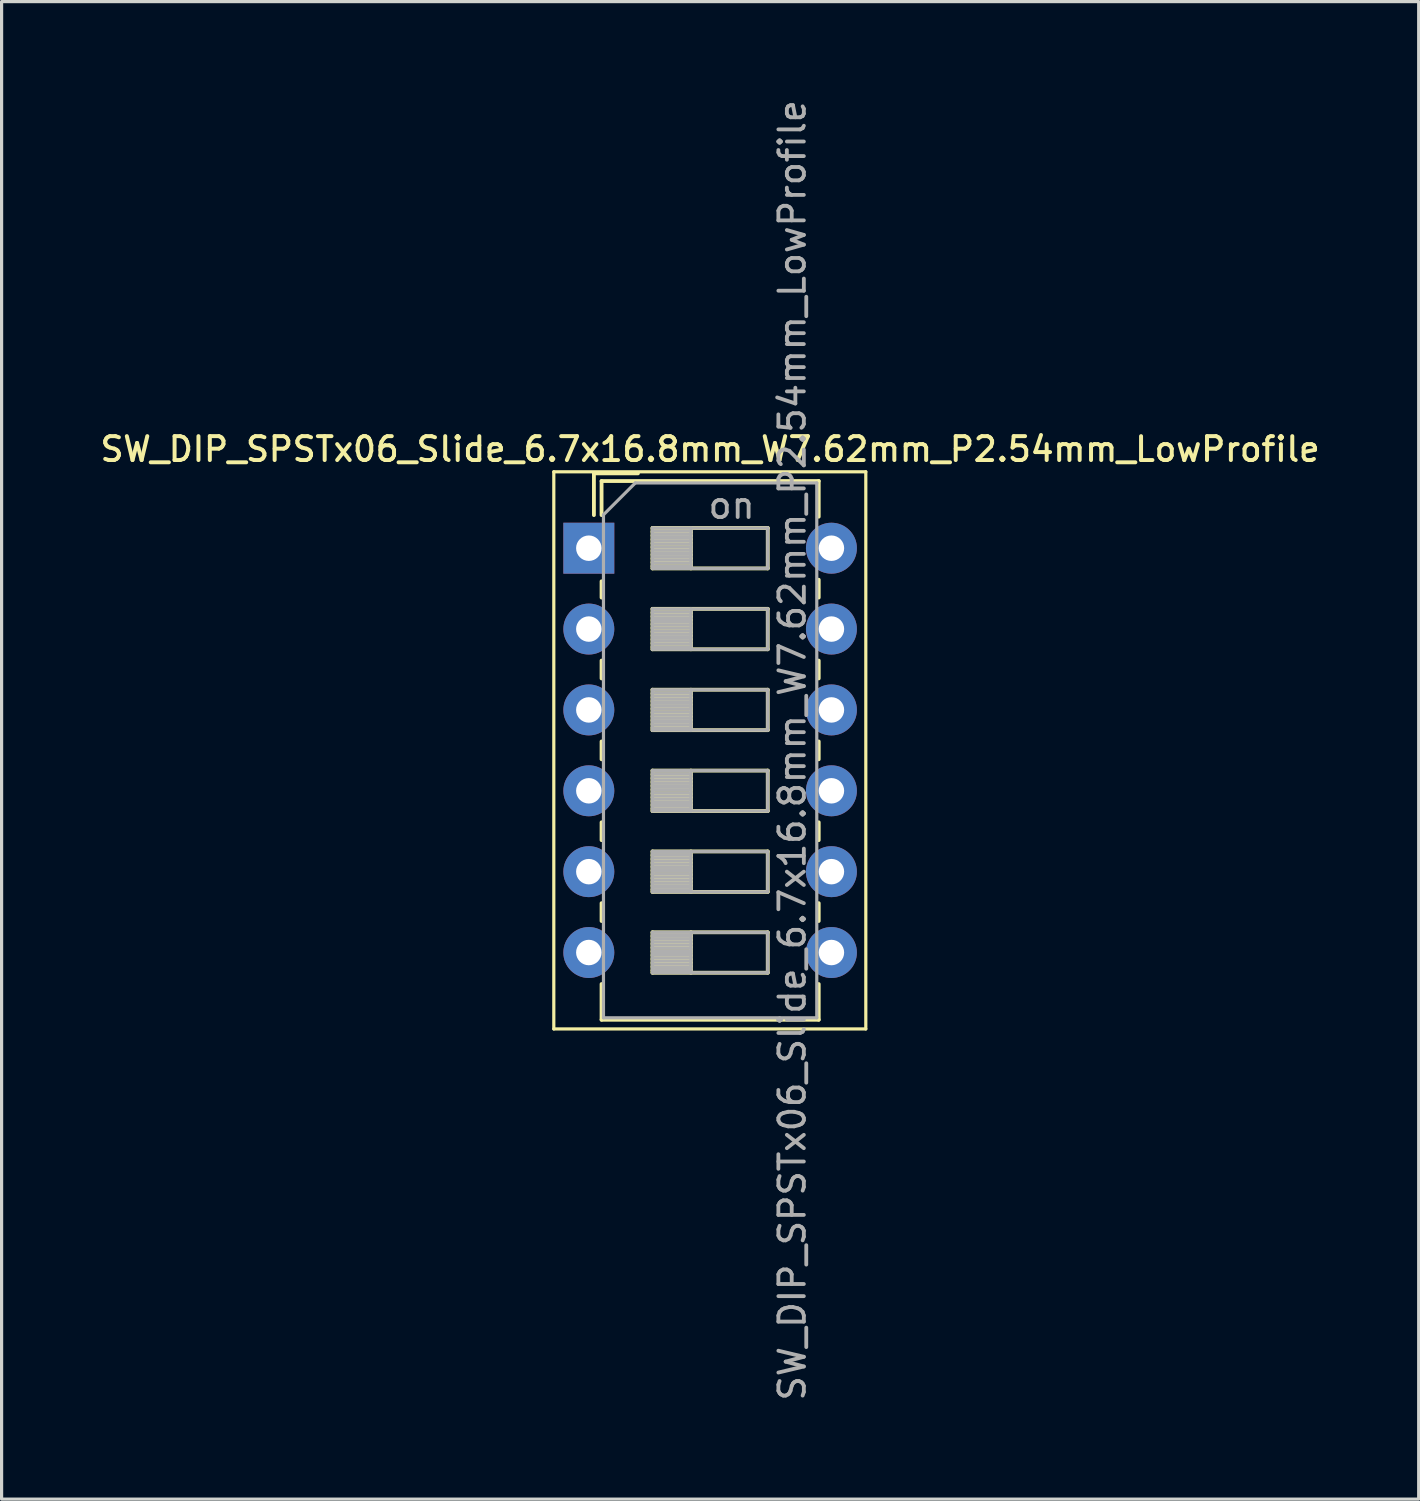
<source format=kicad_pcb>
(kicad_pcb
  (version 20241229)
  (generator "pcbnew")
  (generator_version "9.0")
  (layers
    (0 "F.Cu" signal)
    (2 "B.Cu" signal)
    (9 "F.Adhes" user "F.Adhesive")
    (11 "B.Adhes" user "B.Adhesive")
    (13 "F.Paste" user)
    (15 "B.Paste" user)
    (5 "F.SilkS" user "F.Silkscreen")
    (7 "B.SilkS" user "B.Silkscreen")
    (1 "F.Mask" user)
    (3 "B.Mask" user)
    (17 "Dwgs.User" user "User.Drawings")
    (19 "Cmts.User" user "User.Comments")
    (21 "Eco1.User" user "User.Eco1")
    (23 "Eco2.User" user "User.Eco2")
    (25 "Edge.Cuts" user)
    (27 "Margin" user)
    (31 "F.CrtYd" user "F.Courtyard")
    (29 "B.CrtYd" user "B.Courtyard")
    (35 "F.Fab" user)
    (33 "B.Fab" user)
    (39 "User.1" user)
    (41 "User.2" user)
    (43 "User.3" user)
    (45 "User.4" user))
  (footprint "SW_DIP_SPSTx06_Slide_6.7x16.8mm_W7.62mm_P2.54mm_LowProfile"
    (layer "F.Cu")
    (at 15.445 14.169)
    (property "Reference" "SW_DIP_SPSTx06_Slide_6.7x16.8mm_W7.62mm_P2.54mm_LowProfile" (at 3.81 -3.11 0) (layer "F.SilkS") (effects (font (size 0.75 0.75) (thickness 0.125))))
    (attr through_hole)
    (fp_line (start -1.1 -2.4) (end -1.1 15.1) (stroke (width 0.1) (type solid)) (layer "F.SilkS"))
    (fp_line (start -1.1 15.1) (end 8.7 15.1) (stroke (width 0.1) (type solid)) (layer "F.SilkS"))
    (fp_line (start 0.16 -2.35) (end 0.16 -1.04) (stroke (width 0.12) (type solid)) (layer "F.SilkS"))
    (fp_line (start 0.16 -2.35) (end 1.543 -2.35) (stroke (width 0.12) (type solid)) (layer "F.SilkS"))
    (fp_line (start 0.4 -2.11) (end 0.4 -1.04) (stroke (width 0.12) (type solid)) (layer "F.SilkS"))
    (fp_line (start 0.4 -2.11) (end 7.221 -2.11) (stroke (width 0.12) (type solid)) (layer "F.SilkS"))
    (fp_line (start 0.4 1.04) (end 0.4 1.551) (stroke (width 0.12) (type solid)) (layer "F.SilkS"))
    (fp_line (start 0.4 3.53) (end 0.4 4.091) (stroke (width 0.12) (type solid)) (layer "F.SilkS"))
    (fp_line (start 0.4 6.07) (end 0.4 6.631) (stroke (width 0.12) (type solid)) (layer "F.SilkS"))
    (fp_line (start 0.4 8.61) (end 0.4 9.17) (stroke (width 0.12) (type solid)) (layer "F.SilkS"))
    (fp_line (start 0.4 11.15) (end 0.4 11.71) (stroke (width 0.12) (type solid)) (layer "F.SilkS"))
    (fp_line (start 0.4 13.69) (end 0.4 14.811) (stroke (width 0.12) (type solid)) (layer "F.SilkS"))
    (fp_line (start 0.4 14.811) (end 7.221 14.811) (stroke (width 0.12) (type solid)) (layer "F.SilkS"))
    (fp_line (start 2 -0.635) (end 2 0.635) (stroke (width 0.12) (type solid)) (layer "F.SilkS"))
    (fp_line (start 2 -0.515) (end 3.207 -0.515) (stroke (width 0.12) (type solid)) (layer "F.SilkS"))
    (fp_line (start 2 -0.395) (end 3.207 -0.395) (stroke (width 0.12) (type solid)) (layer "F.SilkS"))
    (fp_line (start 2 -0.275) (end 3.207 -0.275) (stroke (width 0.12) (type solid)) (layer "F.SilkS"))
    (fp_line (start 2 -0.155) (end 3.207 -0.155) (stroke (width 0.12) (type solid)) (layer "F.SilkS"))
    (fp_line (start 2 -0.035) (end 3.207 -0.035) (stroke (width 0.12) (type solid)) (layer "F.SilkS"))
    (fp_line (start 2 0.085) (end 3.207 0.085) (stroke (width 0.12) (type solid)) (layer "F.SilkS"))
    (fp_line (start 2 0.205) (end 3.207 0.205) (stroke (width 0.12) (type solid)) (layer "F.SilkS"))
    (fp_line (start 2 0.325) (end 3.207 0.325) (stroke (width 0.12) (type solid)) (layer "F.SilkS"))
    (fp_line (start 2 0.445) (end 3.207 0.445) (stroke (width 0.12) (type solid)) (layer "F.SilkS"))
    (fp_line (start 2 0.565) (end 3.207 0.565) (stroke (width 0.12) (type solid)) (layer "F.SilkS"))
    (fp_line (start 2 0.635) (end 5.62 0.635) (stroke (width 0.12) (type solid)) (layer "F.SilkS"))
    (fp_line (start 2 1.905) (end 2 3.175) (stroke (width 0.12) (type solid)) (layer "F.SilkS"))
    (fp_line (start 2 2.025) (end 3.207 2.025) (stroke (width 0.12) (type solid)) (layer "F.SilkS"))
    (fp_line (start 2 2.145) (end 3.207 2.145) (stroke (width 0.12) (type solid)) (layer "F.SilkS"))
    (fp_line (start 2 2.265) (end 3.207 2.265) (stroke (width 0.12) (type solid)) (layer "F.SilkS"))
    (fp_line (start 2 2.385) (end 3.207 2.385) (stroke (width 0.12) (type solid)) (layer "F.SilkS"))
    (fp_line (start 2 2.505) (end 3.207 2.505) (stroke (width 0.12) (type solid)) (layer "F.SilkS"))
    (fp_line (start 2 2.625) (end 3.207 2.625) (stroke (width 0.12) (type solid)) (layer "F.SilkS"))
    (fp_line (start 2 2.745) (end 3.207 2.745) (stroke (width 0.12) (type solid)) (layer "F.SilkS"))
    (fp_line (start 2 2.865) (end 3.207 2.865) (stroke (width 0.12) (type solid)) (layer "F.SilkS"))
    (fp_line (start 2 2.985) (end 3.207 2.985) (stroke (width 0.12) (type solid)) (layer "F.SilkS"))
    (fp_line (start 2 3.105) (end 3.207 3.105) (stroke (width 0.12) (type solid)) (layer "F.SilkS"))
    (fp_line (start 2 3.175) (end 5.62 3.175) (stroke (width 0.12) (type solid)) (layer "F.SilkS"))
    (fp_line (start 2 4.445) (end 2 5.715) (stroke (width 0.12) (type solid)) (layer "F.SilkS"))
    (fp_line (start 2 4.565) (end 3.207 4.565) (stroke (width 0.12) (type solid)) (layer "F.SilkS"))
    (fp_line (start 2 4.685) (end 3.207 4.685) (stroke (width 0.12) (type solid)) (layer "F.SilkS"))
    (fp_line (start 2 4.805) (end 3.207 4.805) (stroke (width 0.12) (type solid)) (layer "F.SilkS"))
    (fp_line (start 2 4.925) (end 3.207 4.925) (stroke (width 0.12) (type solid)) (layer "F.SilkS"))
    (fp_line (start 2 5.045) (end 3.207 5.045) (stroke (width 0.12) (type solid)) (layer "F.SilkS"))
    (fp_line (start 2 5.165) (end 3.207 5.165) (stroke (width 0.12) (type solid)) (layer "F.SilkS"))
    (fp_line (start 2 5.285) (end 3.207 5.285) (stroke (width 0.12) (type solid)) (layer "F.SilkS"))
    (fp_line (start 2 5.405) (end 3.207 5.405) (stroke (width 0.12) (type solid)) (layer "F.SilkS"))
    (fp_line (start 2 5.525) (end 3.207 5.525) (stroke (width 0.12) (type solid)) (layer "F.SilkS"))
    (fp_line (start 2 5.645) (end 3.207 5.645) (stroke (width 0.12) (type solid)) (layer "F.SilkS"))
    (fp_line (start 2 5.715) (end 5.62 5.715) (stroke (width 0.12) (type solid)) (layer "F.SilkS"))
    (fp_line (start 2 6.985) (end 2 8.255) (stroke (width 0.12) (type solid)) (layer "F.SilkS"))
    (fp_line (start 2 7.105) (end 3.207 7.105) (stroke (width 0.12) (type solid)) (layer "F.SilkS"))
    (fp_line (start 2 7.225) (end 3.207 7.225) (stroke (width 0.12) (type solid)) (layer "F.SilkS"))
    (fp_line (start 2 7.345) (end 3.207 7.345) (stroke (width 0.12) (type solid)) (layer "F.SilkS"))
    (fp_line (start 2 7.465) (end 3.207 7.465) (stroke (width 0.12) (type solid)) (layer "F.SilkS"))
    (fp_line (start 2 7.585) (end 3.207 7.585) (stroke (width 0.12) (type solid)) (layer "F.SilkS"))
    (fp_line (start 2 7.705) (end 3.207 7.705) (stroke (width 0.12) (type solid)) (layer "F.SilkS"))
    (fp_line (start 2 7.825) (end 3.207 7.825) (stroke (width 0.12) (type solid)) (layer "F.SilkS"))
    (fp_line (start 2 7.945) (end 3.207 7.945) (stroke (width 0.12) (type solid)) (layer "F.SilkS"))
    (fp_line (start 2 8.065) (end 3.207 8.065) (stroke (width 0.12) (type solid)) (layer "F.SilkS"))
    (fp_line (start 2 8.185) (end 3.207 8.185) (stroke (width 0.12) (type solid)) (layer "F.SilkS"))
    (fp_line (start 2 8.255) (end 5.62 8.255) (stroke (width 0.12) (type solid)) (layer "F.SilkS"))
    (fp_line (start 2 9.525) (end 2 10.795) (stroke (width 0.12) (type solid)) (layer "F.SilkS"))
    (fp_line (start 2 9.645) (end 3.207 9.645) (stroke (width 0.12) (type solid)) (layer "F.SilkS"))
    (fp_line (start 2 9.765) (end 3.207 9.765) (stroke (width 0.12) (type solid)) (layer "F.SilkS"))
    (fp_line (start 2 9.885) (end 3.207 9.885) (stroke (width 0.12) (type solid)) (layer "F.SilkS"))
    (fp_line (start 2 10.005) (end 3.207 10.005) (stroke (width 0.12) (type solid)) (layer "F.SilkS"))
    (fp_line (start 2 10.125) (end 3.207 10.125) (stroke (width 0.12) (type solid)) (layer "F.SilkS"))
    (fp_line (start 2 10.245) (end 3.207 10.245) (stroke (width 0.12) (type solid)) (layer "F.SilkS"))
    (fp_line (start 2 10.365) (end 3.207 10.365) (stroke (width 0.12) (type solid)) (layer "F.SilkS"))
    (fp_line (start 2 10.485) (end 3.207 10.485) (stroke (width 0.12) (type solid)) (layer "F.SilkS"))
    (fp_line (start 2 10.605) (end 3.207 10.605) (stroke (width 0.12) (type solid)) (layer "F.SilkS"))
    (fp_line (start 2 10.725) (end 3.207 10.725) (stroke (width 0.12) (type solid)) (layer "F.SilkS"))
    (fp_line (start 2 10.795) (end 5.62 10.795) (stroke (width 0.12) (type solid)) (layer "F.SilkS"))
    (fp_line (start 2 12.065) (end 2 13.335) (stroke (width 0.12) (type solid)) (layer "F.SilkS"))
    (fp_line (start 2 12.185) (end 3.207 12.185) (stroke (width 0.12) (type solid)) (layer "F.SilkS"))
    (fp_line (start 2 12.305) (end 3.207 12.305) (stroke (width 0.12) (type solid)) (layer "F.SilkS"))
    (fp_line (start 2 12.425) (end 3.207 12.425) (stroke (width 0.12) (type solid)) (layer "F.SilkS"))
    (fp_line (start 2 12.545) (end 3.207 12.545) (stroke (width 0.12) (type solid)) (layer "F.SilkS"))
    (fp_line (start 2 12.665) (end 3.207 12.665) (stroke (width 0.12) (type solid)) (layer "F.SilkS"))
    (fp_line (start 2 12.785) (end 3.207 12.785) (stroke (width 0.12) (type solid)) (layer "F.SilkS"))
    (fp_line (start 2 12.905) (end 3.207 12.905) (stroke (width 0.12) (type solid)) (layer "F.SilkS"))
    (fp_line (start 2 13.025) (end 3.207 13.025) (stroke (width 0.12) (type solid)) (layer "F.SilkS"))
    (fp_line (start 2 13.145) (end 3.207 13.145) (stroke (width 0.12) (type solid)) (layer "F.SilkS"))
    (fp_line (start 2 13.265) (end 3.207 13.265) (stroke (width 0.12) (type solid)) (layer "F.SilkS"))
    (fp_line (start 2 13.335) (end 5.62 13.335) (stroke (width 0.12) (type solid)) (layer "F.SilkS"))
    (fp_line (start 3.207 -0.635) (end 3.207 0.635) (stroke (width 0.12) (type solid)) (layer "F.SilkS"))
    (fp_line (start 3.207 1.905) (end 3.207 3.175) (stroke (width 0.12) (type solid)) (layer "F.SilkS"))
    (fp_line (start 3.207 4.445) (end 3.207 5.715) (stroke (width 0.12) (type solid)) (layer "F.SilkS"))
    (fp_line (start 3.207 6.985) (end 3.207 8.255) (stroke (width 0.12) (type solid)) (layer "F.SilkS"))
    (fp_line (start 3.207 9.525) (end 3.207 10.795) (stroke (width 0.12) (type solid)) (layer "F.SilkS"))
    (fp_line (start 3.207 12.065) (end 3.207 13.335) (stroke (width 0.12) (type solid)) (layer "F.SilkS"))
    (fp_line (start 5.62 -0.635) (end 2 -0.635) (stroke (width 0.12) (type solid)) (layer "F.SilkS"))
    (fp_line (start 5.62 0.635) (end 5.62 -0.635) (stroke (width 0.12) (type solid)) (layer "F.SilkS"))
    (fp_line (start 5.62 1.905) (end 2 1.905) (stroke (width 0.12) (type solid)) (layer "F.SilkS"))
    (fp_line (start 5.62 3.175) (end 5.62 1.905) (stroke (width 0.12) (type solid)) (layer "F.SilkS"))
    (fp_line (start 5.62 4.445) (end 2 4.445) (stroke (width 0.12) (type solid)) (layer "F.SilkS"))
    (fp_line (start 5.62 5.715) (end 5.62 4.445) (stroke (width 0.12) (type solid)) (layer "F.SilkS"))
    (fp_line (start 5.62 6.985) (end 2 6.985) (stroke (width 0.12) (type solid)) (layer "F.SilkS"))
    (fp_line (start 5.62 8.255) (end 5.62 6.985) (stroke (width 0.12) (type solid)) (layer "F.SilkS"))
    (fp_line (start 5.62 9.525) (end 2 9.525) (stroke (width 0.12) (type solid)) (layer "F.SilkS"))
    (fp_line (start 5.62 10.795) (end 5.62 9.525) (stroke (width 0.12) (type solid)) (layer "F.SilkS"))
    (fp_line (start 5.62 12.065) (end 2 12.065) (stroke (width 0.12) (type solid)) (layer "F.SilkS"))
    (fp_line (start 5.62 13.335) (end 5.62 12.065) (stroke (width 0.12) (type solid)) (layer "F.SilkS"))
    (fp_line (start 7.221 -2.11) (end 7.221 -0.99) (stroke (width 0.12) (type solid)) (layer "F.SilkS"))
    (fp_line (start 7.221 0.99) (end 7.221 1.551) (stroke (width 0.12) (type solid)) (layer "F.SilkS"))
    (fp_line (start 7.221 3.53) (end 7.221 4.091) (stroke (width 0.12) (type solid)) (layer "F.SilkS"))
    (fp_line (start 7.221 6.07) (end 7.221 6.631) (stroke (width 0.12) (type solid)) (layer "F.SilkS"))
    (fp_line (start 7.221 8.61) (end 7.221 9.17) (stroke (width 0.12) (type solid)) (layer "F.SilkS"))
    (fp_line (start 7.221 11.15) (end 7.221 11.71) (stroke (width 0.12) (type solid)) (layer "F.SilkS"))
    (fp_line (start 7.221 13.69) (end 7.221 14.811) (stroke (width 0.12) (type solid)) (layer "F.SilkS"))
    (fp_line (start 8.7 -2.4) (end -1.1 -2.4) (stroke (width 0.1) (type solid)) (layer "F.SilkS"))
    (fp_line (start 8.7 15.1) (end 8.7 -2.4) (stroke (width 0.1) (type solid)) (layer "F.SilkS"))
    (fp_line (start 0.46 -1.05) (end 1.46 -2.05) (stroke (width 0.1) (type solid)) (layer "F.Fab"))
    (fp_line (start 0.46 14.75) (end 0.46 -1.05) (stroke (width 0.1) (type solid)) (layer "F.Fab"))
    (fp_line (start 1.46 -2.05) (end 7.16 -2.05) (stroke (width 0.1) (type solid)) (layer "F.Fab"))
    (fp_line (start 2 -0.635) (end 2 0.635) (stroke (width 0.1) (type solid)) (layer "F.Fab"))
    (fp_line (start 2 -0.535) (end 3.207 -0.535) (stroke (width 0.1) (type solid)) (layer "F.Fab"))
    (fp_line (start 2 -0.435) (end 3.207 -0.435) (stroke (width 0.1) (type solid)) (layer "F.Fab"))
    (fp_line (start 2 -0.335) (end 3.207 -0.335) (stroke (width 0.1) (type solid)) (layer "F.Fab"))
    (fp_line (start 2 -0.235) (end 3.207 -0.235) (stroke (width 0.1) (type solid)) (layer "F.Fab"))
    (fp_line (start 2 -0.135) (end 3.207 -0.135) (stroke (width 0.1) (type solid)) (layer "F.Fab"))
    (fp_line (start 2 -0.035) (end 3.207 -0.035) (stroke (width 0.1) (type solid)) (layer "F.Fab"))
    (fp_line (start 2 0.065) (end 3.207 0.065) (stroke (width 0.1) (type solid)) (layer "F.Fab"))
    (fp_line (start 2 0.165) (end 3.207 0.165) (stroke (width 0.1) (type solid)) (layer "F.Fab"))
    (fp_line (start 2 0.265) (end 3.207 0.265) (stroke (width 0.1) (type solid)) (layer "F.Fab"))
    (fp_line (start 2 0.365) (end 3.207 0.365) (stroke (width 0.1) (type solid)) (layer "F.Fab"))
    (fp_line (start 2 0.465) (end 3.207 0.465) (stroke (width 0.1) (type solid)) (layer "F.Fab"))
    (fp_line (start 2 0.565) (end 3.207 0.565) (stroke (width 0.1) (type solid)) (layer "F.Fab"))
    (fp_line (start 2 0.635) (end 5.62 0.635) (stroke (width 0.1) (type solid)) (layer "F.Fab"))
    (fp_line (start 2 1.905) (end 2 3.175) (stroke (width 0.1) (type solid)) (layer "F.Fab"))
    (fp_line (start 2 2.005) (end 3.207 2.005) (stroke (width 0.1) (type solid)) (layer "F.Fab"))
    (fp_line (start 2 2.105) (end 3.207 2.105) (stroke (width 0.1) (type solid)) (layer "F.Fab"))
    (fp_line (start 2 2.205) (end 3.207 2.205) (stroke (width 0.1) (type solid)) (layer "F.Fab"))
    (fp_line (start 2 2.305) (end 3.207 2.305) (stroke (width 0.1) (type solid)) (layer "F.Fab"))
    (fp_line (start 2 2.405) (end 3.207 2.405) (stroke (width 0.1) (type solid)) (layer "F.Fab"))
    (fp_line (start 2 2.505) (end 3.207 2.505) (stroke (width 0.1) (type solid)) (layer "F.Fab"))
    (fp_line (start 2 2.605) (end 3.207 2.605) (stroke (width 0.1) (type solid)) (layer "F.Fab"))
    (fp_line (start 2 2.705) (end 3.207 2.705) (stroke (width 0.1) (type solid)) (layer "F.Fab"))
    (fp_line (start 2 2.805) (end 3.207 2.805) (stroke (width 0.1) (type solid)) (layer "F.Fab"))
    (fp_line (start 2 2.905) (end 3.207 2.905) (stroke (width 0.1) (type solid)) (layer "F.Fab"))
    (fp_line (start 2 3.005) (end 3.207 3.005) (stroke (width 0.1) (type solid)) (layer "F.Fab"))
    (fp_line (start 2 3.105) (end 3.207 3.105) (stroke (width 0.1) (type solid)) (layer "F.Fab"))
    (fp_line (start 2 3.175) (end 5.62 3.175) (stroke (width 0.1) (type solid)) (layer "F.Fab"))
    (fp_line (start 2 4.445) (end 2 5.715) (stroke (width 0.1) (type solid)) (layer "F.Fab"))
    (fp_line (start 2 4.545) (end 3.207 4.545) (stroke (width 0.1) (type solid)) (layer "F.Fab"))
    (fp_line (start 2 4.645) (end 3.207 4.645) (stroke (width 0.1) (type solid)) (layer "F.Fab"))
    (fp_line (start 2 4.745) (end 3.207 4.745) (stroke (width 0.1) (type solid)) (layer "F.Fab"))
    (fp_line (start 2 4.845) (end 3.207 4.845) (stroke (width 0.1) (type solid)) (layer "F.Fab"))
    (fp_line (start 2 4.945) (end 3.207 4.945) (stroke (width 0.1) (type solid)) (layer "F.Fab"))
    (fp_line (start 2 5.045) (end 3.207 5.045) (stroke (width 0.1) (type solid)) (layer "F.Fab"))
    (fp_line (start 2 5.145) (end 3.207 5.145) (stroke (width 0.1) (type solid)) (layer "F.Fab"))
    (fp_line (start 2 5.245) (end 3.207 5.245) (stroke (width 0.1) (type solid)) (layer "F.Fab"))
    (fp_line (start 2 5.345) (end 3.207 5.345) (stroke (width 0.1) (type solid)) (layer "F.Fab"))
    (fp_line (start 2 5.445) (end 3.207 5.445) (stroke (width 0.1) (type solid)) (layer "F.Fab"))
    (fp_line (start 2 5.545) (end 3.207 5.545) (stroke (width 0.1) (type solid)) (layer "F.Fab"))
    (fp_line (start 2 5.645) (end 3.207 5.645) (stroke (width 0.1) (type solid)) (layer "F.Fab"))
    (fp_line (start 2 5.715) (end 5.62 5.715) (stroke (width 0.1) (type solid)) (layer "F.Fab"))
    (fp_line (start 2 6.985) (end 2 8.255) (stroke (width 0.1) (type solid)) (layer "F.Fab"))
    (fp_line (start 2 7.085) (end 3.207 7.085) (stroke (width 0.1) (type solid)) (layer "F.Fab"))
    (fp_line (start 2 7.185) (end 3.207 7.185) (stroke (width 0.1) (type solid)) (layer "F.Fab"))
    (fp_line (start 2 7.285) (end 3.207 7.285) (stroke (width 0.1) (type solid)) (layer "F.Fab"))
    (fp_line (start 2 7.385) (end 3.207 7.385) (stroke (width 0.1) (type solid)) (layer "F.Fab"))
    (fp_line (start 2 7.485) (end 3.207 7.485) (stroke (width 0.1) (type solid)) (layer "F.Fab"))
    (fp_line (start 2 7.585) (end 3.207 7.585) (stroke (width 0.1) (type solid)) (layer "F.Fab"))
    (fp_line (start 2 7.685) (end 3.207 7.685) (stroke (width 0.1) (type solid)) (layer "F.Fab"))
    (fp_line (start 2 7.785) (end 3.207 7.785) (stroke (width 0.1) (type solid)) (layer "F.Fab"))
    (fp_line (start 2 7.885) (end 3.207 7.885) (stroke (width 0.1) (type solid)) (layer "F.Fab"))
    (fp_line (start 2 7.985) (end 3.207 7.985) (stroke (width 0.1) (type solid)) (layer "F.Fab"))
    (fp_line (start 2 8.085) (end 3.207 8.085) (stroke (width 0.1) (type solid)) (layer "F.Fab"))
    (fp_line (start 2 8.185) (end 3.207 8.185) (stroke (width 0.1) (type solid)) (layer "F.Fab"))
    (fp_line (start 2 8.255) (end 5.62 8.255) (stroke (width 0.1) (type solid)) (layer "F.Fab"))
    (fp_line (start 2 9.525) (end 2 10.795) (stroke (width 0.1) (type solid)) (layer "F.Fab"))
    (fp_line (start 2 9.625) (end 3.207 9.625) (stroke (width 0.1) (type solid)) (layer "F.Fab"))
    (fp_line (start 2 9.725) (end 3.207 9.725) (stroke (width 0.1) (type solid)) (layer "F.Fab"))
    (fp_line (start 2 9.825) (end 3.207 9.825) (stroke (width 0.1) (type solid)) (layer "F.Fab"))
    (fp_line (start 2 9.925) (end 3.207 9.925) (stroke (width 0.1) (type solid)) (layer "F.Fab"))
    (fp_line (start 2 10.025) (end 3.207 10.025) (stroke (width 0.1) (type solid)) (layer "F.Fab"))
    (fp_line (start 2 10.125) (end 3.207 10.125) (stroke (width 0.1) (type solid)) (layer "F.Fab"))
    (fp_line (start 2 10.225) (end 3.207 10.225) (stroke (width 0.1) (type solid)) (layer "F.Fab"))
    (fp_line (start 2 10.325) (end 3.207 10.325) (stroke (width 0.1) (type solid)) (layer "F.Fab"))
    (fp_line (start 2 10.425) (end 3.207 10.425) (stroke (width 0.1) (type solid)) (layer "F.Fab"))
    (fp_line (start 2 10.525) (end 3.207 10.525) (stroke (width 0.1) (type solid)) (layer "F.Fab"))
    (fp_line (start 2 10.625) (end 3.207 10.625) (stroke (width 0.1) (type solid)) (layer "F.Fab"))
    (fp_line (start 2 10.725) (end 3.207 10.725) (stroke (width 0.1) (type solid)) (layer "F.Fab"))
    (fp_line (start 2 10.795) (end 5.62 10.795) (stroke (width 0.1) (type solid)) (layer "F.Fab"))
    (fp_line (start 2 12.065) (end 2 13.335) (stroke (width 0.1) (type solid)) (layer "F.Fab"))
    (fp_line (start 2 12.165) (end 3.207 12.165) (stroke (width 0.1) (type solid)) (layer "F.Fab"))
    (fp_line (start 2 12.265) (end 3.207 12.265) (stroke (width 0.1) (type solid)) (layer "F.Fab"))
    (fp_line (start 2 12.365) (end 3.207 12.365) (stroke (width 0.1) (type solid)) (layer "F.Fab"))
    (fp_line (start 2 12.465) (end 3.207 12.465) (stroke (width 0.1) (type solid)) (layer "F.Fab"))
    (fp_line (start 2 12.565) (end 3.207 12.565) (stroke (width 0.1) (type solid)) (layer "F.Fab"))
    (fp_line (start 2 12.665) (end 3.207 12.665) (stroke (width 0.1) (type solid)) (layer "F.Fab"))
    (fp_line (start 2 12.765) (end 3.207 12.765) (stroke (width 0.1) (type solid)) (layer "F.Fab"))
    (fp_line (start 2 12.865) (end 3.207 12.865) (stroke (width 0.1) (type solid)) (layer "F.Fab"))
    (fp_line (start 2 12.965) (end 3.207 12.965) (stroke (width 0.1) (type solid)) (layer "F.Fab"))
    (fp_line (start 2 13.065) (end 3.207 13.065) (stroke (width 0.1) (type solid)) (layer "F.Fab"))
    (fp_line (start 2 13.165) (end 3.207 13.165) (stroke (width 0.1) (type solid)) (layer "F.Fab"))
    (fp_line (start 2 13.265) (end 3.207 13.265) (stroke (width 0.1) (type solid)) (layer "F.Fab"))
    (fp_line (start 2 13.335) (end 5.62 13.335) (stroke (width 0.1) (type solid)) (layer "F.Fab"))
    (fp_line (start 3.207 -0.635) (end 3.207 0.635) (stroke (width 0.1) (type solid)) (layer "F.Fab"))
    (fp_line (start 3.207 1.905) (end 3.207 3.175) (stroke (width 0.1) (type solid)) (layer "F.Fab"))
    (fp_line (start 3.207 4.445) (end 3.207 5.715) (stroke (width 0.1) (type solid)) (layer "F.Fab"))
    (fp_line (start 3.207 6.985) (end 3.207 8.255) (stroke (width 0.1) (type solid)) (layer "F.Fab"))
    (fp_line (start 3.207 9.525) (end 3.207 10.795) (stroke (width 0.1) (type solid)) (layer "F.Fab"))
    (fp_line (start 3.207 12.065) (end 3.207 13.335) (stroke (width 0.1) (type solid)) (layer "F.Fab"))
    (fp_line (start 5.62 -0.635) (end 2 -0.635) (stroke (width 0.1) (type solid)) (layer "F.Fab"))
    (fp_line (start 5.62 0.635) (end 5.62 -0.635) (stroke (width 0.1) (type solid)) (layer "F.Fab"))
    (fp_line (start 5.62 1.905) (end 2 1.905) (stroke (width 0.1) (type solid)) (layer "F.Fab"))
    (fp_line (start 5.62 3.175) (end 5.62 1.905) (stroke (width 0.1) (type solid)) (layer "F.Fab"))
    (fp_line (start 5.62 4.445) (end 2 4.445) (stroke (width 0.1) (type solid)) (layer "F.Fab"))
    (fp_line (start 5.62 5.715) (end 5.62 4.445) (stroke (width 0.1) (type solid)) (layer "F.Fab"))
    (fp_line (start 5.62 6.985) (end 2 6.985) (stroke (width 0.1) (type solid)) (layer "F.Fab"))
    (fp_line (start 5.62 8.255) (end 5.62 6.985) (stroke (width 0.1) (type solid)) (layer "F.Fab"))
    (fp_line (start 5.62 9.525) (end 2 9.525) (stroke (width 0.1) (type solid)) (layer "F.Fab"))
    (fp_line (start 5.62 10.795) (end 5.62 9.525) (stroke (width 0.1) (type solid)) (layer "F.Fab"))
    (fp_line (start 5.62 12.065) (end 2 12.065) (stroke (width 0.1) (type solid)) (layer "F.Fab"))
    (fp_line (start 5.62 13.335) (end 5.62 12.065) (stroke (width 0.1) (type solid)) (layer "F.Fab"))
    (fp_line (start 7.16 -2.05) (end 7.16 14.75) (stroke (width 0.1) (type solid)) (layer "F.Fab"))
    (fp_line (start 7.16 14.75) (end 0.46 14.75) (stroke (width 0.1) (type solid)) (layer "F.Fab"))
    (fp_text user "on" (at 4.485 -1.343 0) (layer "F.Fab") (effects (font (size 0.8 0.8) (thickness 0.12))))
    (fp_text user "${REFERENCE}" (at 6.39 6.35 90) (layer "F.Fab") (effects (font (size 0.8 0.8) (thickness 0.12))))
    (pad "1" thru_hole rect (at 0 0) (size 1.6 1.6) (drill 0.8) (layers "*.Cu" "*.Mask"))
    (pad "2" thru_hole oval (at 0 2.54) (size 1.6 1.6) (drill 0.8) (layers "*.Cu" "*.Mask"))
    (pad "3" thru_hole oval (at 0 5.08) (size 1.6 1.6) (drill 0.8) (layers "*.Cu" "*.Mask"))
    (pad "4" thru_hole oval (at 0 7.62) (size 1.6 1.6) (drill 0.8) (layers "*.Cu" "*.Mask"))
    (pad "5" thru_hole oval (at 0 10.16) (size 1.6 1.6) (drill 0.8) (layers "*.Cu" "*.Mask"))
    (pad "6" thru_hole oval (at 0 12.7) (size 1.6 1.6) (drill 0.8) (layers "*.Cu" "*.Mask"))
    (pad "7" thru_hole oval (at 7.62 12.7) (size 1.6 1.6) (drill 0.8) (layers "*.Cu" "*.Mask"))
    (pad "8" thru_hole oval (at 7.62 10.16) (size 1.6 1.6) (drill 0.8) (layers "*.Cu" "*.Mask"))
    (pad "9" thru_hole oval (at 7.62 7.62) (size 1.6 1.6) (drill 0.8) (layers "*.Cu" "*.Mask"))
    (pad "10" thru_hole oval (at 7.62 5.08) (size 1.6 1.6) (drill 0.8) (layers "*.Cu" "*.Mask"))
    (pad "11" thru_hole oval (at 7.62 2.54) (size 1.6 1.6) (drill 0.8) (layers "*.Cu" "*.Mask"))
    (pad "12" thru_hole oval (at 7.62 0) (size 1.6 1.6) (drill 0.8) (layers "*.Cu" "*.Mask")))
  (gr_rect
    (start -3 -3)
    (end 41.511 44.038)
    (stroke (width 0.1) (type default))
    (fill no)
    (layer "Edge.Cuts")))
</source>
